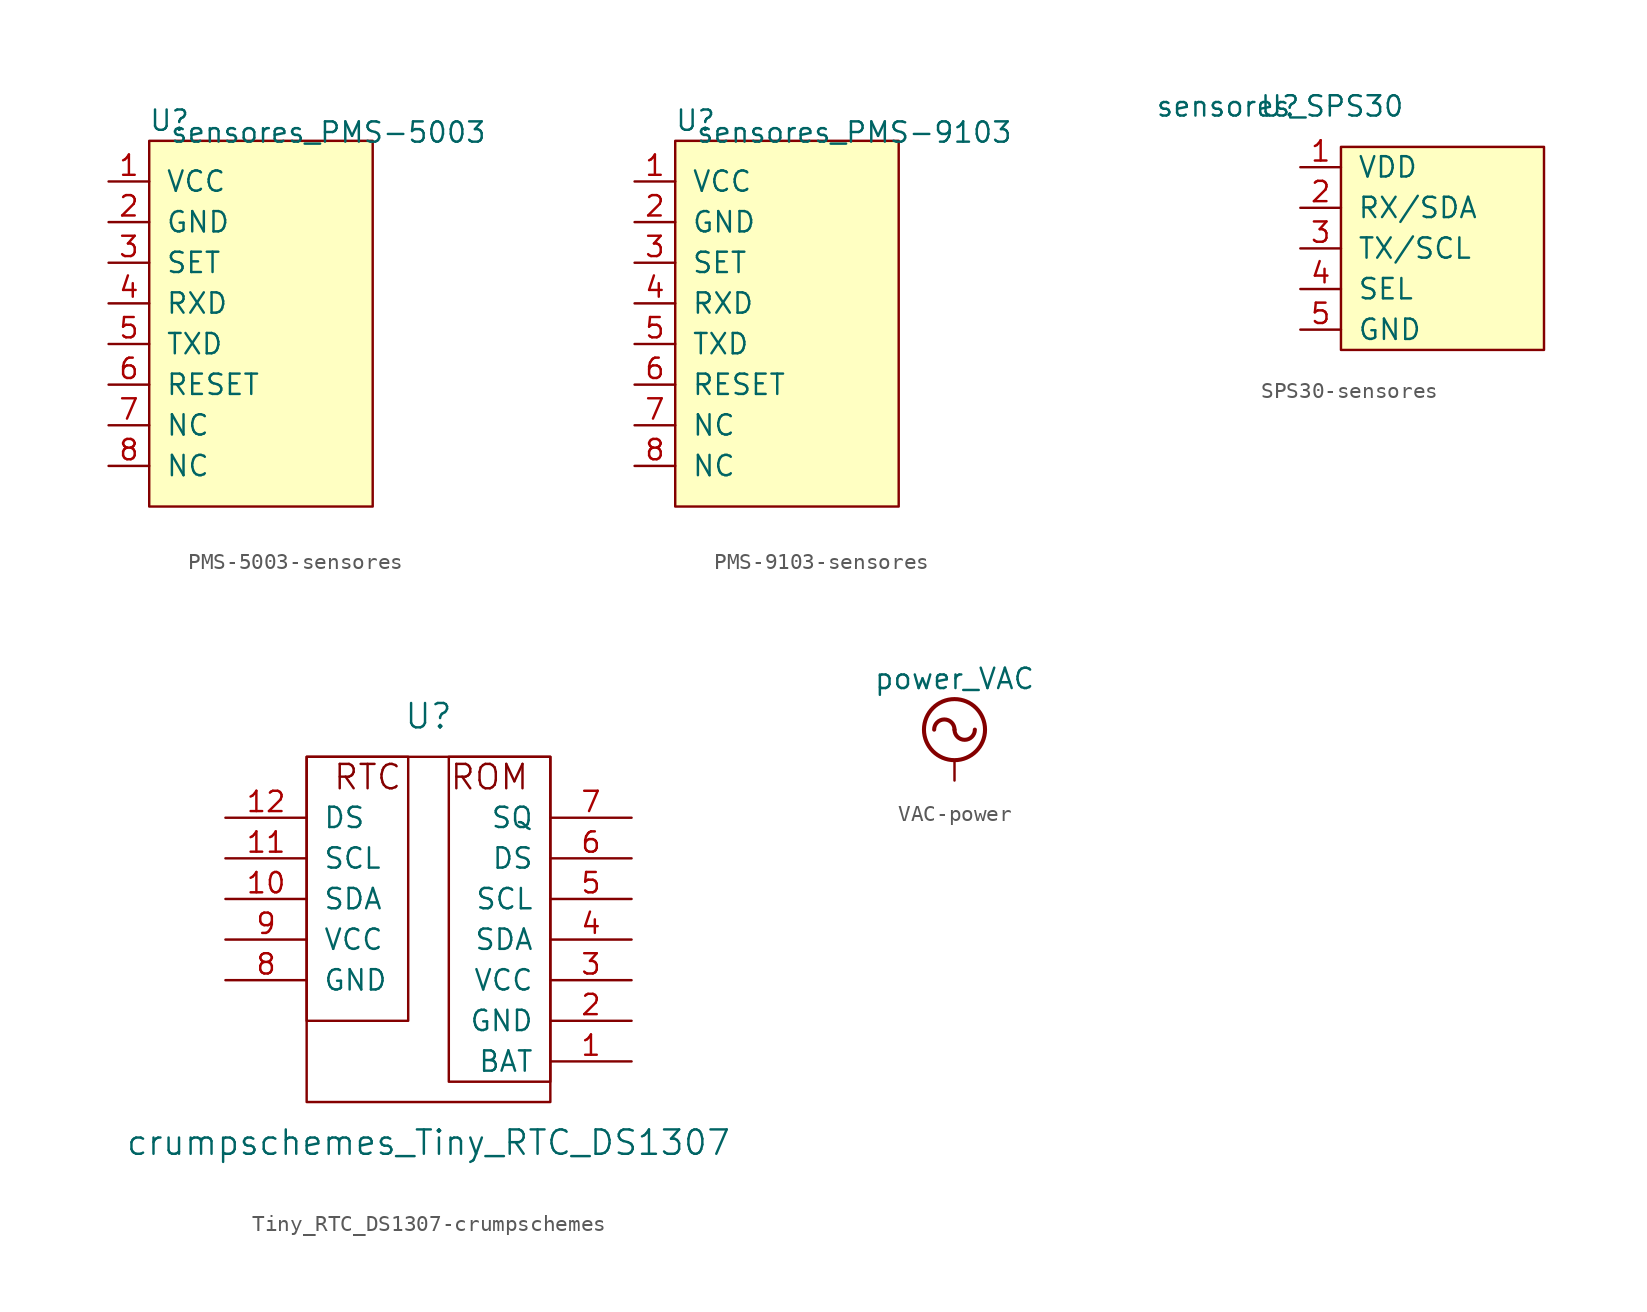
<source format=kicad_sym>
(kicad_symbol_lib
  (version 20231120)
  (generator "kicad_symbol_editor")
  (generator_version "8.0")
  (symbol "PMS-5003-sensores"
    (pin_names
      (offset 1.016))
    (property "Reference" "U"
      (at -1.27 1.27 0)
      (effects (font (size 1.27 1.27))))
    (property "Value" "sensores_PMS-5003"
      (at -1.27 1.27 0)
      (effects (font (size 1.27 1.27)) (justify left top)))
    (symbol "PMS-5003-sensores_0_1"
      (rectangle (start 11.43 -22.86) (end -2.54 0) (stroke (width 0) (type solid)) (fill (type background))))
    (symbol "PMS-5003-sensores_1_1"
      (pin input line (at -5.08 -2.54 0) (length 2.54) (name "VCC" (effects (font (size 1.27 1.27)))) (number "1" (effects (font (size 1.27 1.27)))))
      (pin input line (at -5.08 -5.08 0) (length 2.54) (name "GND" (effects (font (size 1.27 1.27)))) (number "2" (effects (font (size 1.27 1.27)))))
      (pin input line (at -5.08 -7.62 0) (length 2.54) (name "SET" (effects (font (size 1.27 1.27)))) (number "3" (effects (font (size 1.27 1.27)))))
      (pin input line (at -5.08 -10.16 0) (length 2.54) (name "RXD" (effects (font (size 1.27 1.27)))) (number "4" (effects (font (size 1.27 1.27)))))
      (pin input line (at -5.08 -12.7 0) (length 2.54) (name "TXD" (effects (font (size 1.27 1.27)))) (number "5" (effects (font (size 1.27 1.27)))))
      (pin input line (at -5.08 -15.24 0) (length 2.54) (name "RESET" (effects (font (size 1.27 1.27)))) (number "6" (effects (font (size 1.27 1.27)))))
      (pin input line (at -5.08 -17.78 0) (length 2.54) (name "NC" (effects (font (size 1.27 1.27)))) (number "7" (effects (font (size 1.27 1.27)))))
      (pin input line (at -5.08 -20.32 0) (length 2.54) (name "NC" (effects (font (size 1.27 1.27)))) (number "8" (effects (font (size 1.27 1.27)))))))
  (symbol "PMS-9103-sensores"
    (pin_names
      (offset 1.016))
    (property "Reference" "U"
      (at -1.27 1.27 0)
      (effects (font (size 1.27 1.27))))
    (property "Value" "sensores_PMS-9103"
      (at -1.27 1.27 0)
      (effects (font (size 1.27 1.27)) (justify left top)))
    (symbol "PMS-9103-sensores_0_1"
      (rectangle (start 11.43 -22.86) (end -2.54 0) (stroke (width 0) (type solid)) (fill (type background))))
    (symbol "PMS-9103-sensores_1_1"
      (pin input line (at -5.08 -2.54 0) (length 2.54) (name "VCC" (effects (font (size 1.27 1.27)))) (number "1" (effects (font (size 1.27 1.27)))))
      (pin input line (at -5.08 -5.08 0) (length 2.54) (name "GND" (effects (font (size 1.27 1.27)))) (number "2" (effects (font (size 1.27 1.27)))))
      (pin input line (at -5.08 -7.62 0) (length 2.54) (name "SET" (effects (font (size 1.27 1.27)))) (number "3" (effects (font (size 1.27 1.27)))))
      (pin input line (at -5.08 -10.16 0) (length 2.54) (name "RXD" (effects (font (size 1.27 1.27)))) (number "4" (effects (font (size 1.27 1.27)))))
      (pin input line (at -5.08 -12.7 0) (length 2.54) (name "TXD" (effects (font (size 1.27 1.27)))) (number "5" (effects (font (size 1.27 1.27)))))
      (pin input line (at -5.08 -15.24 0) (length 2.54) (name "RESET" (effects (font (size 1.27 1.27)))) (number "6" (effects (font (size 1.27 1.27)))))
      (pin input line (at -5.08 -17.78 0) (length 2.54) (name "NC" (effects (font (size 1.27 1.27)))) (number "7" (effects (font (size 1.27 1.27)))))
      (pin input line (at -5.08 -20.32 0) (length 2.54) (name "NC" (effects (font (size 1.27 1.27)))) (number "8" (effects (font (size 1.27 1.27)))))))
  (symbol "SPS30-sensores"
    (pin_names
      (offset 1.016))
    (property "Reference" "U"
      (at 0 0 0)
      (effects (font (size 1.27 1.27))))
    (property "Value" "sensores_SPS30"
      (at 0 0 0)
      (effects (font (size 1.27 1.27))))
    (symbol "SPS30-sensores_0_1"
      (rectangle (start 3.81 -15.24) (end 16.51 -2.54) (stroke (width 0) (type solid)) (fill (type background))))
    (symbol "SPS30-sensores_1_1"
      (pin input line (at 1.27 -3.81 0) (length 2.54) (name "VDD" (effects (font (size 1.27 1.27)))) (number "1" (effects (font (size 1.27 1.27)))))
      (pin input line (at 1.27 -6.35 0) (length 2.54) (name "RX/SDA" (effects (font (size 1.27 1.27)))) (number "2" (effects (font (size 1.27 1.27)))))
      (pin input line (at 1.27 -8.89 0) (length 2.54) (name "TX/SCL" (effects (font (size 1.27 1.27)))) (number "3" (effects (font (size 1.27 1.27)))))
      (pin input line (at 1.27 -11.43 0) (length 2.54) (name "SEL" (effects (font (size 1.27 1.27)))) (number "4" (effects (font (size 1.27 1.27)))))
      (pin input line (at 1.27 -13.97 0) (length 2.54) (name "GND" (effects (font (size 1.27 1.27)))) (number "5" (effects (font (size 1.27 1.27)))))))
  (symbol "Tiny_RTC_DS1307-crumpschemes"
    (pin_names
      (offset 1.016))
    (property "Reference" "U"
      (at 0 12.7 0)
      (effects (font (size 1.524 1.524))))
    (property "Value" "crumpschemes_Tiny_RTC_DS1307"
      (at 0 -13.97 0)
      (effects (font (size 1.524 1.524))))
    (property "Footprint" ""
      (at 1.27 0 0)
      (effects (font (size 1.524 1.524))))
    (property "Datasheet" ""
      (at 1.27 0 0)
      (effects (font (size 1.524 1.524))))
    (symbol "Tiny_RTC_DS1307-crumpschemes_0_0"
      (rectangle (start -7.62 10.16) (end 7.62 -11.43) (stroke (width 0) (type solid)) (fill (type none)))
      (rectangle (start -1.27 10.16) (end -7.62 -6.35) (stroke (width 0) (type solid)) (fill (type none)))
      (rectangle (start 1.27 10.16) (end 7.62 -10.16) (stroke (width 0) (type solid)) (fill (type none)))
      (text "ROM" (at 3.81 8.89 0) (effects (font (size 1.524 1.524))))
      (text "RTC" (at -3.81 8.89 0) (effects (font (size 1.524 1.524)))))
    (symbol "Tiny_RTC_DS1307-crumpschemes_1_1"
      (pin bidirectional line (at 12.7 -8.89 180) (length 5.08) (name "BAT" (effects (font (size 1.27 1.27)))) (number "1" (effects (font (size 1.27 1.27)))))
      (pin bidirectional line (at -12.7 1.27 0) (length 5.08) (name "SDA" (effects (font (size 1.27 1.27)))) (number "10" (effects (font (size 1.27 1.27)))))
      (pin bidirectional line (at -12.7 3.81 0) (length 5.08) (name "SCL" (effects (font (size 1.27 1.27)))) (number "11" (effects (font (size 1.27 1.27)))))
      (pin bidirectional line (at -12.7 6.35 0) (length 5.08) (name "DS" (effects (font (size 1.27 1.27)))) (number "12" (effects (font (size 1.27 1.27)))))
      (pin power_in line (at 12.7 -6.35 180) (length 5.08) (name "GND" (effects (font (size 1.27 1.27)))) (number "2" (effects (font (size 1.27 1.27)))))
      (pin power_in line (at 12.7 -3.81 180) (length 5.08) (name "VCC" (effects (font (size 1.27 1.27)))) (number "3" (effects (font (size 1.27 1.27)))))
      (pin bidirectional line (at 12.7 -1.27 180) (length 5.08) (name "SDA" (effects (font (size 1.27 1.27)))) (number "4" (effects (font (size 1.27 1.27)))))
      (pin bidirectional line (at 12.7 1.27 180) (length 5.08) (name "SCL" (effects (font (size 1.27 1.27)))) (number "5" (effects (font (size 1.27 1.27)))))
      (pin bidirectional line (at 12.7 3.81 180) (length 5.08) (name "DS" (effects (font (size 1.27 1.27)))) (number "6" (effects (font (size 1.27 1.27)))))
      (pin bidirectional line (at 12.7 6.35 180) (length 5.08) (name "SQ" (effects (font (size 1.27 1.27)))) (number "7" (effects (font (size 1.27 1.27)))))
      (pin power_in line (at -12.7 -3.81 0) (length 5.08) (name "GND" (effects (font (size 1.27 1.27)))) (number "8" (effects (font (size 1.27 1.27)))))
      (pin power_in line (at -12.7 -1.27 0) (length 5.08) (name "VCC" (effects (font (size 1.27 1.27)))) (number "9" (effects (font (size 1.27 1.27)))))))
  (symbol "VAC-power"
    (power)
    (pin_names
      (offset 0))
    (property "Reference" "#PWR"
      (at 0 -2.54 0)
      (effects (font (size 1.27 1.27)) (hide yes)))
    (property "Value" "power_VAC"
      (at 0 6.35 0)
      (effects (font (size 1.27 1.27))))
    (symbol "VAC-power_0_1"
      (polyline (pts (xy 0 0) (xy 0 1.27)) (stroke (width 0) (type solid)) (fill (type none)))
      (arc (start 0 3.175) (mid -0.635 3.81) (end -1.27 3.175) (stroke (width 0.254) (type solid)) (fill (type none)))
      (arc (start 0 3.175) (mid 0.635 2.54) (end 1.27 3.175) (stroke (width 0.254) (type solid)) (fill (type none)))
      (circle (center 0 3.175) (radius 1.905) (stroke (width 0.254) (type solid)) (fill (type none))))
    (symbol "VAC-power_1_1"
      (pin power_in line (at 0 0 90) (length 0) hide (name "VAC" (effects (font (size 1.27 1.27)))) (number "1" (effects (font (size 1.27 1.27))))))))
</source>
